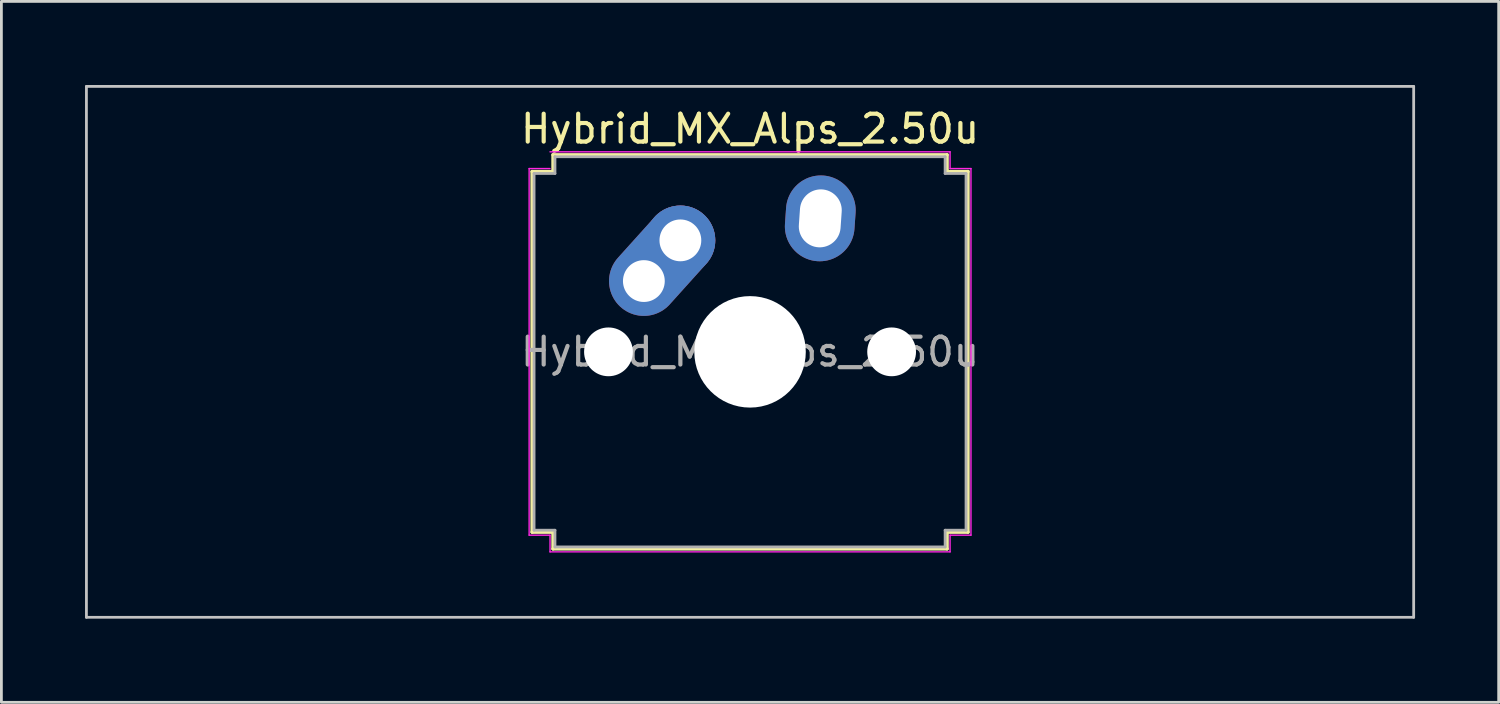
<source format=kicad_pcb>
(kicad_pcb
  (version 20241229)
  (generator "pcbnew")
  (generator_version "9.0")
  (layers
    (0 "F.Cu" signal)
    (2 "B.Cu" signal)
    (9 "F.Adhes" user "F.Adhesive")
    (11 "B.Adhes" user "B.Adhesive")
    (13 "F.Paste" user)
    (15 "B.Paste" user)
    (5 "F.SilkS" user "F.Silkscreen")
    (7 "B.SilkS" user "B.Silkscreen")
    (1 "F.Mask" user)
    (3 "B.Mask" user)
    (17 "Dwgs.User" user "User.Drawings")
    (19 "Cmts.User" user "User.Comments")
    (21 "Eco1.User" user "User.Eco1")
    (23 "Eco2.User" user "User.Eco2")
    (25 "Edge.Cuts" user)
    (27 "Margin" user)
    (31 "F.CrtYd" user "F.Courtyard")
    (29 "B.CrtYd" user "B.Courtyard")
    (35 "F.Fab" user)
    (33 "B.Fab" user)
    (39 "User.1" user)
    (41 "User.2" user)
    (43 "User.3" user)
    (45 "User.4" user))
  (footprint "Hybrid_MX_Alps_2.50u"
    (layer "F.Cu")
    (at 23.863 9.575)
    (property "Reference" "Hybrid_MX_Alps_2.50u" (at 0 -8 0) (layer "F.SilkS") (effects (font (size 1 1) (thickness 0.15))))
    (attr through_hole)
    (fp_line (start -7.821 -6.471) (end -7.071 -6.471) (stroke (width 0.12) (type solid)) (layer "F.SilkS"))
    (fp_line (start -7.821 6.471) (end -7.821 -6.471) (stroke (width 0.12) (type solid)) (layer "F.SilkS"))
    (fp_line (start -7.071 -7.071) (end 7.071 -7.071) (stroke (width 0.12) (type solid)) (layer "F.SilkS"))
    (fp_line (start -7.071 -6.471) (end -7.071 -7.071) (stroke (width 0.12) (type solid)) (layer "F.SilkS"))
    (fp_line (start -7.071 6.471) (end -7.821 6.471) (stroke (width 0.12) (type solid)) (layer "F.SilkS"))
    (fp_line (start -7.071 7.071) (end -7.071 6.471) (stroke (width 0.12) (type solid)) (layer "F.SilkS"))
    (fp_line (start 7.071 -7.071) (end 7.071 -6.471) (stroke (width 0.12) (type solid)) (layer "F.SilkS"))
    (fp_line (start 7.071 -6.471) (end 7.821 -6.471) (stroke (width 0.12) (type solid)) (layer "F.SilkS"))
    (fp_line (start 7.071 6.471) (end 7.071 7.071) (stroke (width 0.12) (type solid)) (layer "F.SilkS"))
    (fp_line (start 7.071 7.071) (end -7.071 7.071) (stroke (width 0.12) (type solid)) (layer "F.SilkS"))
    (fp_line (start 7.821 -6.471) (end 7.821 6.471) (stroke (width 0.12) (type solid)) (layer "F.SilkS"))
    (fp_line (start 7.821 6.471) (end 7.071 6.471) (stroke (width 0.12) (type solid)) (layer "F.SilkS"))
    (fp_line (start -23.812 -9.525) (end -23.812 9.525) (stroke (width 0.1) (type solid)) (layer "Dwgs.User"))
    (fp_line (start -23.812 9.525) (end 23.812 9.525) (stroke (width 0.1) (type solid)) (layer "Dwgs.User"))
    (fp_line (start 23.812 -9.525) (end -23.812 -9.525) (stroke (width 0.1) (type solid)) (layer "Dwgs.User"))
    (fp_line (start 23.812 9.525) (end 23.812 -9.525) (stroke (width 0.1) (type solid)) (layer "Dwgs.User"))
    (fp_line (start -7.927 -6.577) (end -7.177 -6.577) (stroke (width 0.05) (type solid)) (layer "F.CrtYd"))
    (fp_line (start -7.927 6.577) (end -7.927 -6.577) (stroke (width 0.05) (type solid)) (layer "F.CrtYd"))
    (fp_line (start -7.177 -7.177) (end 7.177 -7.177) (stroke (width 0.05) (type solid)) (layer "F.CrtYd"))
    (fp_line (start -7.177 6.577) (end -7.927 6.577) (stroke (width 0.05) (type solid)) (layer "F.CrtYd"))
    (fp_line (start -7.177 7.177) (end -7.177 6.577) (stroke (width 0.05) (type solid)) (layer "F.CrtYd"))
    (fp_line (start 7.177 -7.177) (end 7.177 -6.577) (stroke (width 0.05) (type solid)) (layer "F.CrtYd"))
    (fp_line (start 7.177 -6.577) (end 7.927 -6.577) (stroke (width 0.05) (type solid)) (layer "F.CrtYd"))
    (fp_line (start 7.177 6.577) (end 7.177 7.177) (stroke (width 0.05) (type solid)) (layer "F.CrtYd"))
    (fp_line (start 7.177 7.177) (end -7.177 7.177) (stroke (width 0.05) (type solid)) (layer "F.CrtYd"))
    (fp_line (start 7.927 -6.577) (end 7.927 6.577) (stroke (width 0.05) (type solid)) (layer "F.CrtYd"))
    (fp_line (start 7.927 6.577) (end 7.177 6.577) (stroke (width 0.05) (type solid)) (layer "F.CrtYd"))
    (fp_line (start -7.75 -6.4) (end -7 -6.4) (stroke (width 0.1) (type solid)) (layer "F.Fab"))
    (fp_line (start -7.75 6.4) (end -7.75 -6.4) (stroke (width 0.1) (type solid)) (layer "F.Fab"))
    (fp_line (start -7 -7) (end 7 -7) (stroke (width 0.1) (type solid)) (layer "F.Fab"))
    (fp_line (start -7 -6.4) (end -7 -7) (stroke (width 0.1) (type solid)) (layer "F.Fab"))
    (fp_line (start -7 6.4) (end -7.75 6.4) (stroke (width 0.1) (type solid)) (layer "F.Fab"))
    (fp_line (start -7 7) (end -7 6.4) (stroke (width 0.1) (type solid)) (layer "F.Fab"))
    (fp_line (start 7 -7) (end 7 -6.4) (stroke (width 0.1) (type solid)) (layer "F.Fab"))
    (fp_line (start 7 -6.4) (end 7.75 -6.4) (stroke (width 0.1) (type solid)) (layer "F.Fab"))
    (fp_line (start 7 6.4) (end 7 7) (stroke (width 0.1) (type solid)) (layer "F.Fab"))
    (fp_line (start 7 7) (end -7 7) (stroke (width 0.1) (type solid)) (layer "F.Fab"))
    (fp_line (start 7.75 -6.4) (end 7.75 6.4) (stroke (width 0.1) (type solid)) (layer "F.Fab"))
    (fp_line (start 7.75 6.4) (end 7 6.4) (stroke (width 0.1) (type solid)) (layer "F.Fab"))
    (fp_text user "${REFERENCE}" (at 0 0 0) (layer "F.Fab") (effects (font (size 1 1) (thickness 0.15))))
    (pad "" np_thru_hole circle (at -5.08 0) (size 1.75 1.75) (drill 1.75) (layers "*.Cu" "*.Mask"))
    (pad "" np_thru_hole circle (at 0 0) (size 4 4) (drill 4) (layers "*.Cu" "*.Mask"))
    (pad "" np_thru_hole circle (at 5.08 0) (size 1.75 1.75) (drill 1.75) (layers "*.Cu" "*.Mask"))
    (pad "1" thru_hole oval (at -3.81 -2.54 48) (size 4.462 2.5) (drill 1.5 (offset 0.981 0)) (layers "*.Cu" "*.Mask"))
    (pad "1" thru_hole circle (at -2.5 -4) (size 2.5 2.5) (drill 1.5) (layers "*.Cu" "*.Mask"))
    (pad "2" thru_hole oval (at 2.52 -4.79 86) (size 3.081 2.5) (drill oval 2.081 1.5) (layers "*.Cu" "*.Mask")))
  (gr_rect
    (start -3 -3)
    (end 50.725 22.15)
    (stroke (width 0.1) (type default))
    (fill no)
    (layer "Edge.Cuts")))
</source>
